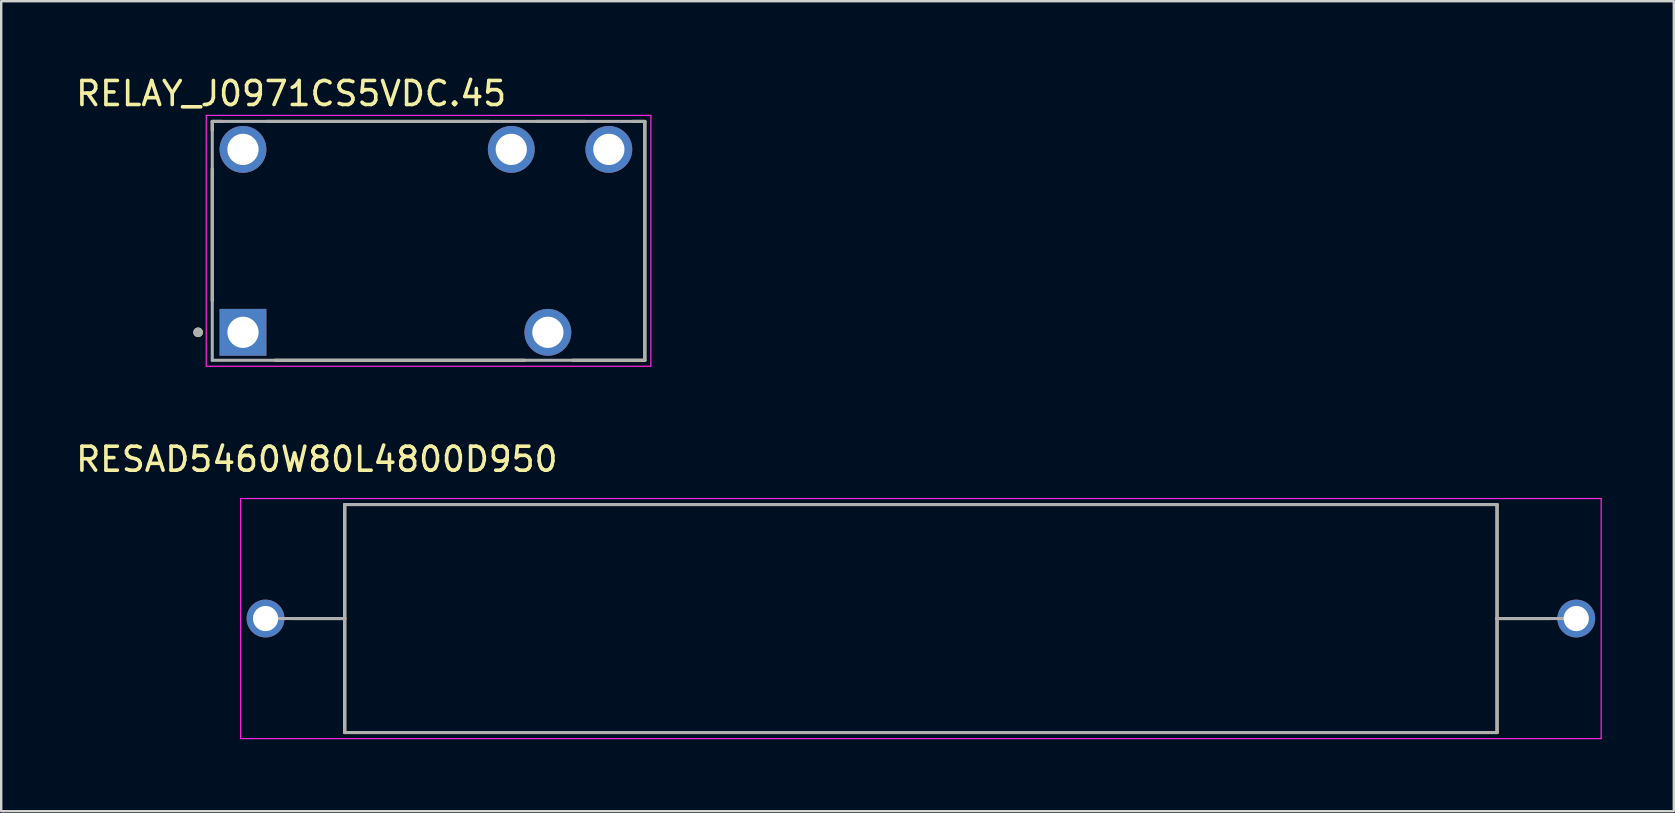
<source format=kicad_pcb>
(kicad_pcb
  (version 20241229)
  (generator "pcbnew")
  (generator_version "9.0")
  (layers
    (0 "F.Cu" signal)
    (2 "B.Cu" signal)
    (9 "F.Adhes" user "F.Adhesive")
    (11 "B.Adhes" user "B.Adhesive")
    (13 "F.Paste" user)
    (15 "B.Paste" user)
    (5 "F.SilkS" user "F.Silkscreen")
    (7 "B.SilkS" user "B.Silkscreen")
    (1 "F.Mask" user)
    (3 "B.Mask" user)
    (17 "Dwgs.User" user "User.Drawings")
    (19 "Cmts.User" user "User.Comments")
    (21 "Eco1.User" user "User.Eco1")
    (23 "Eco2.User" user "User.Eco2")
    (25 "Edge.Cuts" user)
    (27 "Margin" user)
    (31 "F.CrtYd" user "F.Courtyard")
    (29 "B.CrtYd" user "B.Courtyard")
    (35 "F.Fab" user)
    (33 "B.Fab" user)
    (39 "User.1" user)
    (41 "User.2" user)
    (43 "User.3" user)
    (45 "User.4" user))
  (footprint "RELAY_J0971CS5VDC.45"
    (layer "F.Cu")
    (at 14.802 6.983)
    (property "Reference" "RELAY_J0971CS5VDC.45" (at -5.725 -6.135 0) (layer "F.SilkS") (effects (font (size 1 1) (thickness 0.15))))
    (attr through_hole)
    (fp_line (start -9.01 -4.975) (end -9.01 -4.6) (stroke (width 0.127) (type solid)) (layer "F.SilkS"))
    (fp_line (start -9.01 -4.975) (end -8.6 -4.975) (stroke (width 0.127) (type solid)) (layer "F.SilkS"))
    (fp_line (start -9.01 -3) (end -9.01 2.5) (stroke (width 0.127) (type solid)) (layer "F.SilkS"))
    (fp_line (start -6.75 -4.975) (end 2.5 -4.975) (stroke (width 0.127) (type solid)) (layer "F.SilkS"))
    (fp_line (start -6.4 4.975) (end 4 4.975) (stroke (width 0.127) (type solid)) (layer "F.SilkS"))
    (fp_line (start 4.5 -4.975) (end 6.5 -4.975) (stroke (width 0.127) (type solid)) (layer "F.SilkS"))
    (fp_line (start 6 4.975) (end 9.01 4.975) (stroke (width 0.127) (type solid)) (layer "F.SilkS"))
    (fp_line (start 8.5 -4.975) (end 9.01 -4.975) (stroke (width 0.127) (type solid)) (layer "F.SilkS"))
    (fp_line (start 9.01 4.975) (end 9.01 -4.975) (stroke (width 0.127) (type solid)) (layer "F.SilkS"))
    (fp_circle (center -9.6 3.81) (end -9.5 3.81) (stroke (width 0.2) (type solid)) (fill no) (layer "F.SilkS"))
    (fp_line (start -9.26 -5.225) (end -9.26 5.225) (stroke (width 0.05) (type solid)) (layer "F.CrtYd"))
    (fp_line (start -9.26 5.225) (end 9.26 5.225) (stroke (width 0.05) (type solid)) (layer "F.CrtYd"))
    (fp_line (start 9.26 -5.225) (end -9.26 -5.225) (stroke (width 0.05) (type solid)) (layer "F.CrtYd"))
    (fp_line (start 9.26 5.225) (end 9.26 -5.225) (stroke (width 0.05) (type solid)) (layer "F.CrtYd"))
    (fp_line (start -9.01 -4.975) (end 9.01 -4.975) (stroke (width 0.127) (type solid)) (layer "F.Fab"))
    (fp_line (start -9.01 4.975) (end -9.01 -4.975) (stroke (width 0.127) (type solid)) (layer "F.Fab"))
    (fp_line (start 9.01 -4.975) (end 9.01 4.975) (stroke (width 0.127) (type solid)) (layer "F.Fab"))
    (fp_line (start 9.01 4.975) (end -9.01 4.975) (stroke (width 0.127) (type solid)) (layer "F.Fab"))
    (fp_circle (center -9.6 3.81) (end -9.5 3.81) (stroke (width 0.2) (type solid)) (fill no) (layer "F.Fab"))
    (pad "11" thru_hole circle (at 4.97 3.81) (size 1.95 1.95) (drill 1.3) (layers "*.Cu" "*.Mask"))
    (pad "12" thru_hole circle (at 3.446 -3.81) (size 1.95 1.95) (drill 1.3) (layers "*.Cu" "*.Mask"))
    (pad "14" thru_hole circle (at 7.51 -3.81) (size 1.95 1.95) (drill 1.3) (layers "*.Cu" "*.Mask"))
    (pad "A1" thru_hole rect (at -7.73 3.81) (size 1.95 1.95) (drill 1.3) (layers "*.Cu" "*.Mask"))
    (pad "A2" thru_hole circle (at -7.73 -3.81) (size 1.95 1.95) (drill 1.3) (layers "*.Cu" "*.Mask")))
  (footprint "RESAD5460W80L4800D950"
    (layer "F.Cu")
    (at 35.311 22.716)
    (property "Reference" "RESAD5460W80L4800D950" (at -25.163 -6.635 0) (layer "F.SilkS") (effects (font (size 1 1) (thickness 0.15))))
    (attr through_hole)
    (fp_line (start -24 -4.75) (end 24 -4.75) (stroke (width 0.127) (type solid)) (layer "F.SilkS"))
    (fp_line (start -24 0) (end -26.192 0) (stroke (width 0.127) (type solid)) (layer "F.SilkS"))
    (fp_line (start -24 0) (end -24 -4.75) (stroke (width 0.127) (type solid)) (layer "F.SilkS"))
    (fp_line (start -24 4.75) (end -24 0) (stroke (width 0.127) (type solid)) (layer "F.SilkS"))
    (fp_line (start 24 -4.75) (end 24 0) (stroke (width 0.127) (type solid)) (layer "F.SilkS"))
    (fp_line (start 24 0) (end 24 4.75) (stroke (width 0.127) (type solid)) (layer "F.SilkS"))
    (fp_line (start 24 0) (end 26.192 0) (stroke (width 0.127) (type solid)) (layer "F.SilkS"))
    (fp_line (start 24 4.75) (end -24 4.75) (stroke (width 0.127) (type solid)) (layer "F.SilkS"))
    (fp_line (start -28.337 -5) (end -28.337 5) (stroke (width 0.05) (type solid)) (layer "F.CrtYd"))
    (fp_line (start -28.337 5) (end 28.337 5) (stroke (width 0.05) (type solid)) (layer "F.CrtYd"))
    (fp_line (start 28.337 -5) (end -28.337 -5) (stroke (width 0.05) (type solid)) (layer "F.CrtYd"))
    (fp_line (start 28.337 5) (end 28.337 -5) (stroke (width 0.05) (type solid)) (layer "F.CrtYd"))
    (fp_line (start -24 -4.75) (end 24 -4.75) (stroke (width 0.127) (type solid)) (layer "F.Fab"))
    (fp_line (start -24 0) (end -27.3 0) (stroke (width 0.127) (type solid)) (layer "F.Fab"))
    (fp_line (start -24 0) (end -24 -4.75) (stroke (width 0.127) (type solid)) (layer "F.Fab"))
    (fp_line (start -24 4.75) (end -24 0) (stroke (width 0.127) (type solid)) (layer "F.Fab"))
    (fp_line (start 24 -4.75) (end 24 0) (stroke (width 0.127) (type solid)) (layer "F.Fab"))
    (fp_line (start 24 0) (end 24 4.75) (stroke (width 0.127) (type solid)) (layer "F.Fab"))
    (fp_line (start 24 0) (end 27.3 0) (stroke (width 0.127) (type solid)) (layer "F.Fab"))
    (fp_line (start 24 4.75) (end -24 4.75) (stroke (width 0.127) (type solid)) (layer "F.Fab"))
    (pad "1" thru_hole circle (at -27.3 0) (size 1.575 1.575) (drill 1.05) (layers "*.Cu" "*.Mask"))
    (pad "2" thru_hole circle (at 27.3 0) (size 1.575 1.575) (drill 1.05) (layers "*.Cu" "*.Mask")))
  (gr_rect
    (start -3 -3)
    (end 66.674 30.741)
    (stroke (width 0.1) (type default))
    (fill no)
    (layer "Edge.Cuts")))
</source>
